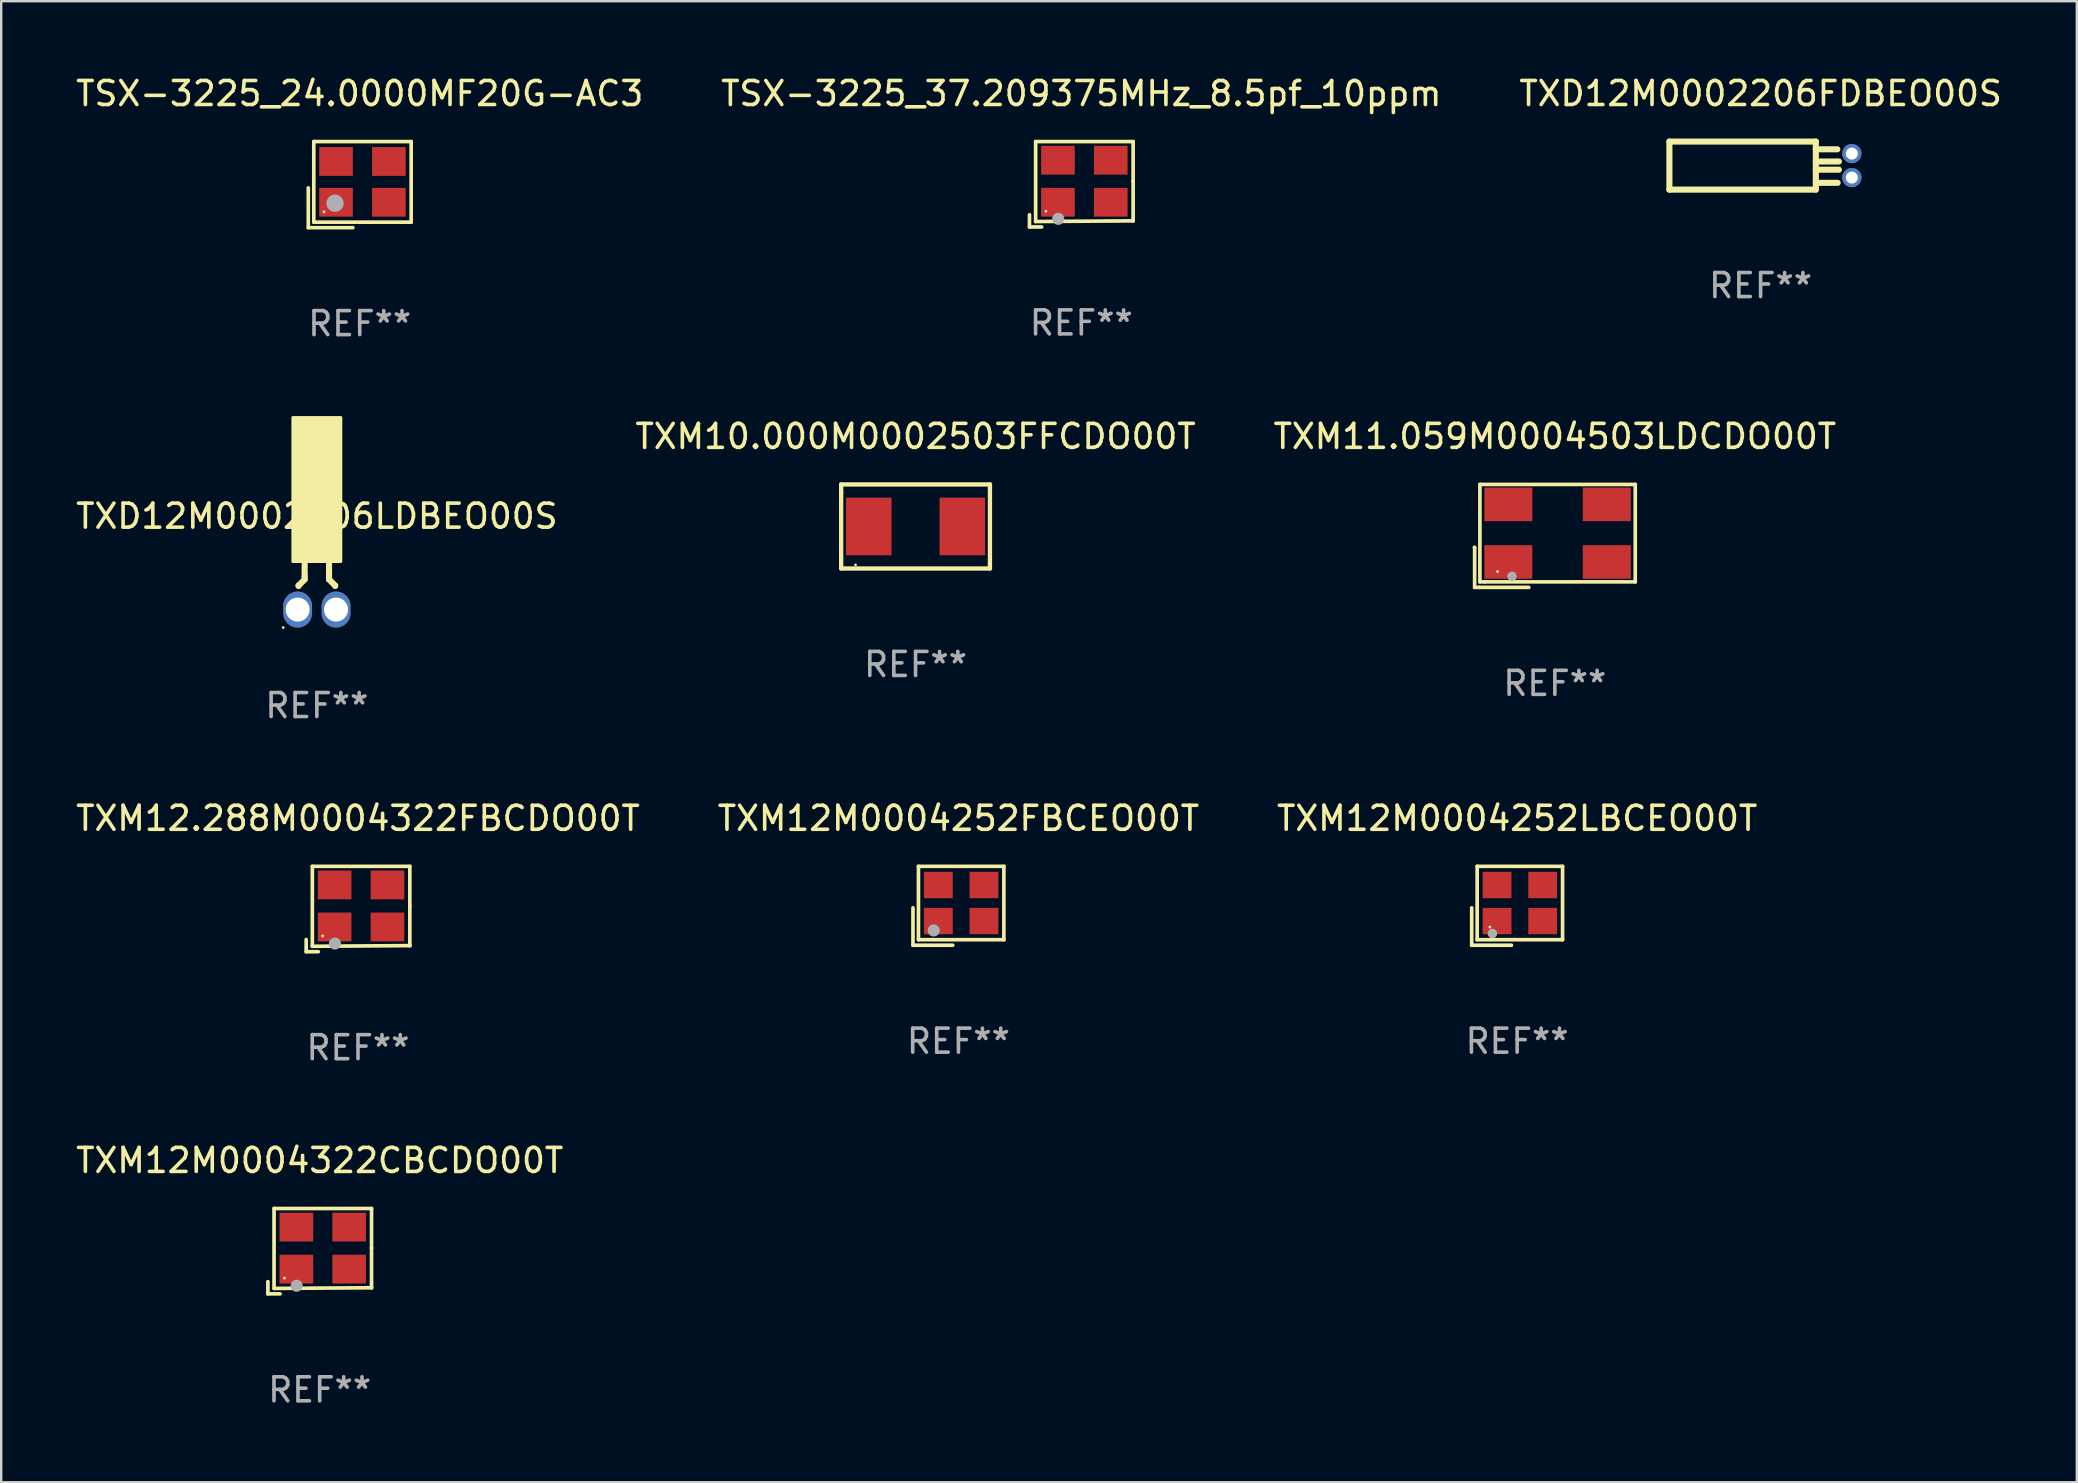
<source format=kicad_pcb>
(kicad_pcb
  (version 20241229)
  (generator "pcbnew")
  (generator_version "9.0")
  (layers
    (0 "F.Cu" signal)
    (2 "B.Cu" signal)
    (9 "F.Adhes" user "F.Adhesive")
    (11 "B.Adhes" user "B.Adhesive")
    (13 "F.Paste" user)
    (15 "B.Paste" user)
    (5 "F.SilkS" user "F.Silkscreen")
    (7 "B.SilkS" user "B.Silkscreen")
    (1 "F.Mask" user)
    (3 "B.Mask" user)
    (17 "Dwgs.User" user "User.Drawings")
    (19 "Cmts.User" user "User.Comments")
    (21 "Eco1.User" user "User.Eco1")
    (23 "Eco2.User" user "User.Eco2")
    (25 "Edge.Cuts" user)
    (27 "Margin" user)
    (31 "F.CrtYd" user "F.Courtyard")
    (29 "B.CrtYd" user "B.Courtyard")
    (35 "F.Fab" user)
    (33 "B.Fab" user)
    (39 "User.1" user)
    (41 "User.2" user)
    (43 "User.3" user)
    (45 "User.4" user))
  (footprint "TXM12.288M0004322FBCDO00T"
    (layer "F.Cu")
    (at 11.863 34.817)
    (property "Reference" "TXM12.288M0004322FBCDO00T" (at 0 -3.778 0) (layer "F.SilkS") (effects (font (size 1 1) (thickness 0.15))))
    (attr through_hole)
    (fp_line (start -2.159 1.27) (end -2.159 1.778) (stroke (width 0.152) (type solid)) (layer "F.SilkS"))
    (fp_line (start -2.159 1.778) (end -1.651 1.778) (stroke (width 0.152) (type solid)) (layer "F.SilkS"))
    (fp_line (start -1.902 -1.778) (end 2.159 -1.778) (stroke (width 0.152) (type solid)) (layer "F.SilkS"))
    (fp_line (start -1.902 1.552) (end -1.902 -1.778) (stroke (width 0.152) (type solid)) (layer "F.SilkS"))
    (fp_line (start 2.159 -1.778) (end 2.159 -0.127) (stroke (width 0.152) (type solid)) (layer "F.SilkS"))
    (fp_line (start 2.159 -0.127) (end 2.159 1.524) (stroke (width 0.152) (type solid)) (layer "F.SilkS"))
    (fp_line (start 2.159 1.524) (end -1.902 1.552) (stroke (width 0.152) (type solid)) (layer "F.SilkS"))
    (fp_line (start 2.159 1.524) (end 2.159 1.524) (stroke (width 0.152) (type solid)) (layer "F.SilkS"))
    (fp_circle (center -1.473 1.123) (end -1.443 1.123) (stroke (width 0.06) (type solid)) (fill no) (layer "F.SilkS"))
    (fp_circle (center -0.961 1.44) (end -0.834 1.44) (stroke (width 0.254) (type solid)) (fill no) (layer "F.Fab"))
    (fp_text user "REF**" (at 0 5.778 0) (layer "F.Fab") (effects (font (size 1 1) (thickness 0.15))))
    (pad "1" smd rect (at -0.973 0.748) (size 1.4 1.2) (layers "F.Cu" "F.Mask" "F.Paste"))
    (pad "2" smd rect (at 1.227 0.748) (size 1.4 1.2) (layers "F.Cu" "F.Mask" "F.Paste"))
    (pad "3" smd rect (at 1.227 -1.002) (size 1.4 1.2) (layers "F.Cu" "F.Mask" "F.Paste"))
    (pad "4" smd rect (at -0.973 -1.002) (size 1.4 1.2) (layers "F.Cu" "F.Mask" "F.Paste")))
  (footprint "TXM11.059M0004503LDCDO00T"
    (layer "F.Cu")
    (at 61.72 19.274)
    (property "Reference" "TXM11.059M0004503LDCDO00T" (at 0 -4.144 0) (layer "F.SilkS") (effects (font (size 1 1) (thickness 0.15))))
    (attr through_hole)
    (fp_line (start -3.35 0.476) (end -3.341 0.485) (stroke (width 0.152) (type solid)) (layer "F.SilkS"))
    (fp_line (start -3.341 0.485) (end -3.341 2.144) (stroke (width 0.152) (type solid)) (layer "F.SilkS"))
    (fp_line (start -3.341 2.144) (end -3.143 2.144) (stroke (width 0.152) (type solid)) (layer "F.SilkS"))
    (fp_line (start -3.143 2.144) (end -1.085 2.144) (stroke (width 0.152) (type solid)) (layer "F.SilkS"))
    (fp_line (start -3.122 -2.144) (end 3.35 -2.144) (stroke (width 0.152) (type solid)) (layer "F.SilkS"))
    (fp_line (start -3.122 1.915) (end -3.122 -2.144) (stroke (width 0.152) (type solid)) (layer "F.SilkS"))
    (fp_line (start -2.914 1.915) (end -3.122 1.915) (stroke (width 0.152) (type solid)) (layer "F.SilkS"))
    (fp_line (start 3.35 -2.144) (end 3.35 1.915) (stroke (width 0.152) (type solid)) (layer "F.SilkS"))
    (fp_line (start 3.35 1.915) (end -2.914 1.915) (stroke (width 0.152) (type solid)) (layer "F.SilkS"))
    (fp_circle (center -2.386 1.486) (end -2.356 1.486) (stroke (width 0.06) (type solid)) (fill no) (layer "F.SilkS"))
    (fp_circle (center -1.786 1.686) (end -1.686 1.686) (stroke (width 0.2) (type solid)) (fill no) (layer "F.Fab"))
    (fp_text user "REF**" (at 0 6.144 0) (layer "F.Fab") (effects (font (size 1 1) (thickness 0.15))))
    (pad "1" smd rect (at -1.936 1.086) (size 2 1.4) (layers "F.Cu" "F.Mask" "F.Paste"))
    (pad "2" smd rect (at 2.164 1.086) (size 2 1.4) (layers "F.Cu" "F.Mask" "F.Paste"))
    (pad "3" smd rect (at 2.164 -1.314) (size 2 1.4) (layers "F.Cu" "F.Mask" "F.Paste"))
    (pad "4" smd rect (at -1.936 -1.314) (size 2 1.4) (layers "F.Cu" "F.Mask" "F.Paste")))
  (footprint "TXM12M0004322CBCDO00T"
    (layer "F.Cu")
    (at 10.268 49.07)
    (property "Reference" "TXM12M0004322CBCDO00T" (at 0 -3.778 0) (layer "F.SilkS") (effects (font (size 1 1) (thickness 0.15))))
    (attr through_hole)
    (fp_line (start -2.159 1.27) (end -2.159 1.778) (stroke (width 0.152) (type solid)) (layer "F.SilkS"))
    (fp_line (start -2.159 1.778) (end -1.651 1.778) (stroke (width 0.152) (type solid)) (layer "F.SilkS"))
    (fp_line (start -1.902 -1.778) (end 2.159 -1.778) (stroke (width 0.152) (type solid)) (layer "F.SilkS"))
    (fp_line (start -1.902 1.552) (end -1.902 -1.778) (stroke (width 0.152) (type solid)) (layer "F.SilkS"))
    (fp_line (start 2.159 -1.778) (end 2.159 -0.127) (stroke (width 0.152) (type solid)) (layer "F.SilkS"))
    (fp_line (start 2.159 -0.127) (end 2.159 1.524) (stroke (width 0.152) (type solid)) (layer "F.SilkS"))
    (fp_line (start 2.159 1.524) (end -1.902 1.552) (stroke (width 0.152) (type solid)) (layer "F.SilkS"))
    (fp_line (start 2.159 1.524) (end 2.159 1.524) (stroke (width 0.152) (type solid)) (layer "F.SilkS"))
    (fp_circle (center -1.473 1.123) (end -1.443 1.123) (stroke (width 0.06) (type solid)) (fill no) (layer "F.SilkS"))
    (fp_circle (center -0.961 1.44) (end -0.834 1.44) (stroke (width 0.254) (type solid)) (fill no) (layer "F.Fab"))
    (fp_text user "REF**" (at 0 5.778 0) (layer "F.Fab") (effects (font (size 1 1) (thickness 0.15))))
    (pad "1" smd rect (at -0.973 0.748) (size 1.4 1.2) (layers "F.Cu" "F.Mask" "F.Paste"))
    (pad "2" smd rect (at 1.227 0.748) (size 1.4 1.2) (layers "F.Cu" "F.Mask" "F.Paste"))
    (pad "3" smd rect (at 1.227 -1.002) (size 1.4 1.2) (layers "F.Cu" "F.Mask" "F.Paste"))
    (pad "4" smd rect (at -0.973 -1.002) (size 1.4 1.2) (layers "F.Cu" "F.Mask" "F.Paste")))
  (footprint "TXM10.000M0002503FFCDO00T"
    (layer "F.Cu")
    (at 35.089 18.881)
    (property "Reference" "TXM10.000M0002503FFCDO00T" (at 0 -3.75 0) (layer "F.SilkS") (effects (font (size 1 1) (thickness 0.15))))
    (attr through_hole)
    (fp_line (start -3.099 -1.75) (end 3.099 -1.75) (stroke (width 0.18) (type solid)) (layer "F.SilkS"))
    (fp_line (start -3.099 -1.4) (end -3.099 -1.75) (stroke (width 0.18) (type solid)) (layer "F.SilkS"))
    (fp_line (start -3.099 1.75) (end -3.099 -1.4) (stroke (width 0.18) (type solid)) (layer "F.SilkS"))
    (fp_line (start 3.099 -1.75) (end 3.099 1.75) (stroke (width 0.18) (type solid)) (layer "F.SilkS"))
    (fp_line (start 3.099 1.75) (end -3.099 1.75) (stroke (width 0.18) (type solid)) (layer "F.SilkS"))
    (fp_circle (center -2.5 1.6) (end -2.47 1.6) (stroke (width 0.06) (type solid)) (fill no) (layer "F.SilkS"))
    (fp_text user "REF**" (at 0 5.75 0) (layer "F.Fab") (effects (font (size 1 1) (thickness 0.15))))
    (pad "1" smd rect (at -1.95 0) (size 1.9 2.4) (layers "F.Cu" "F.Mask" "F.Paste"))
    (pad "2" smd rect (at 1.95 0) (size 1.9 2.4) (layers "F.Cu" "F.Mask" "F.Paste")))
  (footprint "TXD12M0002206FDBEO00S"
    (layer "F.Cu")
    (at 70.292 3.848)
    (property "Reference" "TXD12M0002206FDBEO00S" (at 0 -3 0) (layer "F.SilkS") (effects (font (size 1 1) (thickness 0.15))))
    (attr through_hole)
    (fp_line (start -3.8 1) (end -3.8 -1) (stroke (width 0.254) (type solid)) (layer "F.SilkS"))
    (fp_line (start 2.3 -1) (end -3.8 -1) (stroke (width 0.254) (type solid)) (layer "F.SilkS"))
    (fp_line (start 2.3 -1) (end 2.3 1) (stroke (width 0.254) (type solid)) (layer "F.SilkS"))
    (fp_line (start 2.3 -0.679) (end 3.195 -0.679) (stroke (width 0.254) (type solid)) (layer "F.SilkS"))
    (fp_line (start 2.3 -0.171) (end 3.262 -0.171) (stroke (width 0.254) (type solid)) (layer "F.SilkS"))
    (fp_line (start 2.3 0.172) (end 3.261 0.172) (stroke (width 0.254) (type solid)) (layer "F.SilkS"))
    (fp_line (start 2.3 0.718) (end 3.208 0.718) (stroke (width 0.254) (type solid)) (layer "F.SilkS"))
    (fp_line (start 2.3 1) (end -3.8 1) (stroke (width 0.254) (type solid)) (layer "F.SilkS"))
    (fp_circle (center -3.8 -1) (end -3.77 -1) (stroke (width 0.06) (type solid)) (fill no) (layer "F.SilkS"))
    (fp_text user "REF**" (at 0 5 0) (layer "F.Fab") (effects (font (size 1 1) (thickness 0.15))))
    (pad "1" thru_hole circle (at 3.8 -0.5) (size 0.8 0.8) (drill 0.5) (layers "*.Cu" "*.Mask"))
    (pad "2" thru_hole circle (at 3.8 0.5) (size 0.8 0.8) (drill 0.5) (layers "*.Cu" "*.Mask")))
  (footprint "TSX-3225_24.0000MF20G-AC3"
    (layer "F.Cu")
    (at 11.935 4.641)
    (property "Reference" "TSX-3225_24.0000MF20G-AC3" (at 0 -3.793 0) (layer "F.SilkS") (effects (font (size 1 1) (thickness 0.15))))
    (attr through_hole)
    (fp_line (start -2.143 0.136) (end -2.143 1.793) (stroke (width 0.152) (type solid)) (layer "F.SilkS"))
    (fp_line (start -2.143 1.793) (end -0.286 1.793) (stroke (width 0.152) (type solid)) (layer "F.SilkS"))
    (fp_line (start -1.914 -1.793) (end 2.143 -1.793) (stroke (width 0.152) (type solid)) (layer "F.SilkS"))
    (fp_line (start -1.914 1.564) (end -1.914 -1.793) (stroke (width 0.152) (type solid)) (layer "F.SilkS"))
    (fp_line (start 2.143 -1.793) (end 2.143 1.564) (stroke (width 0.152) (type solid)) (layer "F.SilkS"))
    (fp_line (start 2.143 1.564) (end -1.914 1.564) (stroke (width 0.152) (type solid)) (layer "F.SilkS"))
    (fp_circle (center -1.486 1.136) (end -1.456 1.136) (stroke (width 0.06) (type solid)) (fill no) (layer "F.SilkS"))
    (fp_circle (center -1.029 0.775) (end -0.849 0.775) (stroke (width 0.36) (type solid)) (fill no) (layer "F.Fab"))
    (fp_text user "REF**" (at 0 5.793 0) (layer "F.Fab") (effects (font (size 1 1) (thickness 0.15))))
    (pad "1" smd rect (at -0.986 0.736) (size 1.4 1.2) (layers "F.Cu" "F.Mask" "F.Paste"))
    (pad "2" smd rect (at 1.214 0.736) (size 1.4 1.2) (layers "F.Cu" "F.Mask" "F.Paste"))
    (pad "3" smd rect (at 1.214 -0.964) (size 1.4 1.2) (layers "F.Cu" "F.Mask" "F.Paste"))
    (pad "4" smd rect (at -0.986 -0.964) (size 1.4 1.2) (layers "F.Cu" "F.Mask" "F.Paste")))
  (footprint "TSX-3225_37.209375MHz_8.5pf_10ppm"
    (layer "F.Cu")
    (at 41.994 4.626)
    (property "Reference" "TSX-3225_37.209375MHz_8.5pf_10ppm" (at 0 -3.778 0) (layer "F.SilkS") (effects (font (size 1 1) (thickness 0.15))))
    (attr through_hole)
    (fp_line (start -2.159 1.27) (end -2.159 1.778) (stroke (width 0.152) (type solid)) (layer "F.SilkS"))
    (fp_line (start -2.159 1.778) (end -1.651 1.778) (stroke (width 0.152) (type solid)) (layer "F.SilkS"))
    (fp_line (start -1.902 -1.778) (end 2.159 -1.778) (stroke (width 0.152) (type solid)) (layer "F.SilkS"))
    (fp_line (start -1.902 1.552) (end -1.902 -1.778) (stroke (width 0.152) (type solid)) (layer "F.SilkS"))
    (fp_line (start 2.159 -1.778) (end 2.159 -0.127) (stroke (width 0.152) (type solid)) (layer "F.SilkS"))
    (fp_line (start 2.159 -0.127) (end 2.159 1.524) (stroke (width 0.152) (type solid)) (layer "F.SilkS"))
    (fp_line (start 2.159 1.524) (end -1.902 1.552) (stroke (width 0.152) (type solid)) (layer "F.SilkS"))
    (fp_line (start 2.159 1.524) (end 2.159 1.524) (stroke (width 0.152) (type solid)) (layer "F.SilkS"))
    (fp_circle (center -1.473 1.123) (end -1.443 1.123) (stroke (width 0.06) (type solid)) (fill no) (layer "F.SilkS"))
    (fp_circle (center -0.961 1.44) (end -0.834 1.44) (stroke (width 0.254) (type solid)) (fill no) (layer "F.Fab"))
    (fp_text user "REF**" (at 0 5.778 0) (layer "F.Fab") (effects (font (size 1 1) (thickness 0.15))))
    (pad "1" smd rect (at -0.973 0.748) (size 1.4 1.2) (layers "F.Cu" "F.Mask" "F.Paste"))
    (pad "2" smd rect (at 1.227 0.748) (size 1.4 1.2) (layers "F.Cu" "F.Mask" "F.Paste"))
    (pad "3" smd rect (at 1.227 -1.002) (size 1.4 1.2) (layers "F.Cu" "F.Mask" "F.Paste"))
    (pad "4" smd rect (at -0.973 -1.002) (size 1.4 1.2) (layers "F.Cu" "F.Mask" "F.Paste")))
  (footprint "TXD12M0002206LDBEO00S"
    (layer "F.Cu")
    (at 10.149 21.398)
    (property "Reference" "TXD12M0002206LDBEO00S" (at 0 -2.945 0) (layer "F.SilkS") (effects (font (size 1 1) (thickness 0.15))))
    (attr through_hole)
    (fp_line (start -0.762 -0.055) (end -0.762 -0.036) (stroke (width 0.254) (type solid)) (layer "F.SilkS"))
    (fp_line (start -0.508 -0.436) (end -0.508 -0.945) (stroke (width 0.254) (type solid)) (layer "F.SilkS"))
    (fp_line (start -0.508 -0.436) (end -0.508 -0.309) (stroke (width 0.254) (type solid)) (layer "F.SilkS"))
    (fp_line (start -0.508 -0.309) (end -0.762 -0.055) (stroke (width 0.254) (type solid)) (layer "F.SilkS"))
    (fp_line (start 0.508 -0.436) (end 0.508 -0.945) (stroke (width 0.254) (type solid)) (layer "F.SilkS"))
    (fp_line (start 0.508 -0.436) (end 0.508 -0.31) (stroke (width 0.254) (type solid)) (layer "F.SilkS"))
    (fp_line (start 0.508 -0.31) (end 0.762 -0.055) (stroke (width 0.254) (type solid)) (layer "F.SilkS"))
    (fp_line (start 0.762 -0.055) (end 0.762 -0.036) (stroke (width 0.254) (type solid)) (layer "F.SilkS"))
    (fp_circle (center -1.4 1.695) (end -1.37 1.695) (stroke (width 0.06) (type solid)) (fill no) (layer "F.SilkS"))
    (fp_poly (pts (xy -1 -7.055) (xy 1 -7.055) (xy 1 -1.055) (xy -1 -1.055)) (stroke (width 0.12) (type solid)) (fill yes) (layer "F.SilkS"))
    (fp_text user "REF**" (at 0 4.945 0) (layer "F.Fab") (effects (font (size 1 1) (thickness 0.15))))
    (pad "1" thru_hole oval (at -0.8 0.945) (size 1.2 1.5) (drill 1) (layers "*.Cu" "*.Mask"))
    (pad "2" thru_hole oval (at 0.8 0.945) (size 1.2 1.5) (drill 1) (layers "*.Cu" "*.Mask")))
  (footprint "TXM12M0004252LBCEO00T"
    (layer "F.Cu")
    (at 60.149 34.682)
    (property "Reference" "TXM12M0004252LBCEO00T" (at 0 -3.643 0) (layer "F.SilkS") (effects (font (size 1 1) (thickness 0.15))))
    (attr through_hole)
    (fp_line (start -1.893 0.086) (end -1.893 1.643) (stroke (width 0.152) (type solid)) (layer "F.SilkS"))
    (fp_line (start -1.893 1.643) (end -0.237 1.643) (stroke (width 0.152) (type solid)) (layer "F.SilkS"))
    (fp_line (start -1.665 -1.643) (end 1.893 -1.643) (stroke (width 0.152) (type solid)) (layer "F.SilkS"))
    (fp_line (start -1.665 1.414) (end -1.665 -1.643) (stroke (width 0.152) (type solid)) (layer "F.SilkS"))
    (fp_line (start 1.893 -1.643) (end 1.893 1.414) (stroke (width 0.152) (type solid)) (layer "F.SilkS"))
    (fp_line (start 1.893 1.414) (end -1.665 1.414) (stroke (width 0.152) (type solid)) (layer "F.SilkS"))
    (fp_circle (center -1.136 0.885) (end -1.106 0.885) (stroke (width 0.06) (type solid)) (fill no) (layer "F.SilkS"))
    (fp_circle (center -1.029 1.155) (end -0.929 1.155) (stroke (width 0.2) (type solid)) (fill no) (layer "F.Fab"))
    (fp_text user "REF**" (at 0 5.643 0) (layer "F.Fab") (effects (font (size 1 1) (thickness 0.15))))
    (pad "1" smd rect (at -0.836 0.636) (size 1.2 1.1) (layers "F.Cu" "F.Mask" "F.Paste"))
    (pad "2" smd rect (at 1.064 0.636) (size 1.2 1.1) (layers "F.Cu" "F.Mask" "F.Paste"))
    (pad "3" smd rect (at 1.064 -0.865) (size 1.2 1.1) (layers "F.Cu" "F.Mask" "F.Paste"))
    (pad "4" smd rect (at -0.836 -0.865) (size 1.2 1.1) (layers "F.Cu" "F.Mask" "F.Paste")))
  (footprint "TXM12M0004252FBCEO00T"
    (layer "F.Cu")
    (at 36.875 34.682)
    (property "Reference" "TXM12M0004252FBCEO00T" (at 0 -3.643 0) (layer "F.SilkS") (effects (font (size 1 1) (thickness 0.15))))
    (attr through_hole)
    (fp_line (start -1.893 0.086) (end -1.893 1.643) (stroke (width 0.152) (type solid)) (layer "F.SilkS"))
    (fp_line (start -1.893 1.643) (end -0.237 1.643) (stroke (width 0.152) (type solid)) (layer "F.SilkS"))
    (fp_line (start -1.665 -1.643) (end 1.893 -1.643) (stroke (width 0.152) (type solid)) (layer "F.SilkS"))
    (fp_line (start -1.665 1.414) (end -1.665 -1.643) (stroke (width 0.152) (type solid)) (layer "F.SilkS"))
    (fp_line (start 1.893 -1.643) (end 1.893 1.414) (stroke (width 0.152) (type solid)) (layer "F.SilkS"))
    (fp_line (start 1.893 1.414) (end -1.665 1.414) (stroke (width 0.152) (type solid)) (layer "F.SilkS"))
    (fp_circle (center -1.136 0.885) (end -1.106 0.885) (stroke (width 0.06) (type solid)) (fill no) (layer "F.SilkS"))
    (fp_circle (center -1.029 1.028) (end -0.902 1.028) (stroke (width 0.254) (type solid)) (fill no) (layer "F.Fab"))
    (fp_text user "REF**" (at 0 5.643 0) (layer "F.Fab") (effects (font (size 1 1) (thickness 0.15))))
    (pad "1" smd rect (at -0.836 0.636) (size 1.2 1.1) (layers "F.Cu" "F.Mask" "F.Paste"))
    (pad "2" smd rect (at 1.064 0.636) (size 1.2 1.1) (layers "F.Cu" "F.Mask" "F.Paste"))
    (pad "3" smd rect (at 1.064 -0.865) (size 1.2 1.1) (layers "F.Cu" "F.Mask" "F.Paste"))
    (pad "4" smd rect (at -0.836 -0.865) (size 1.2 1.1) (layers "F.Cu" "F.Mask" "F.Paste")))
  (gr_rect
    (start -3 -3)
    (end 83.464 58.696)
    (stroke (width 0.1) (type default))
    (fill no)
    (layer "Edge.Cuts")))
</source>
